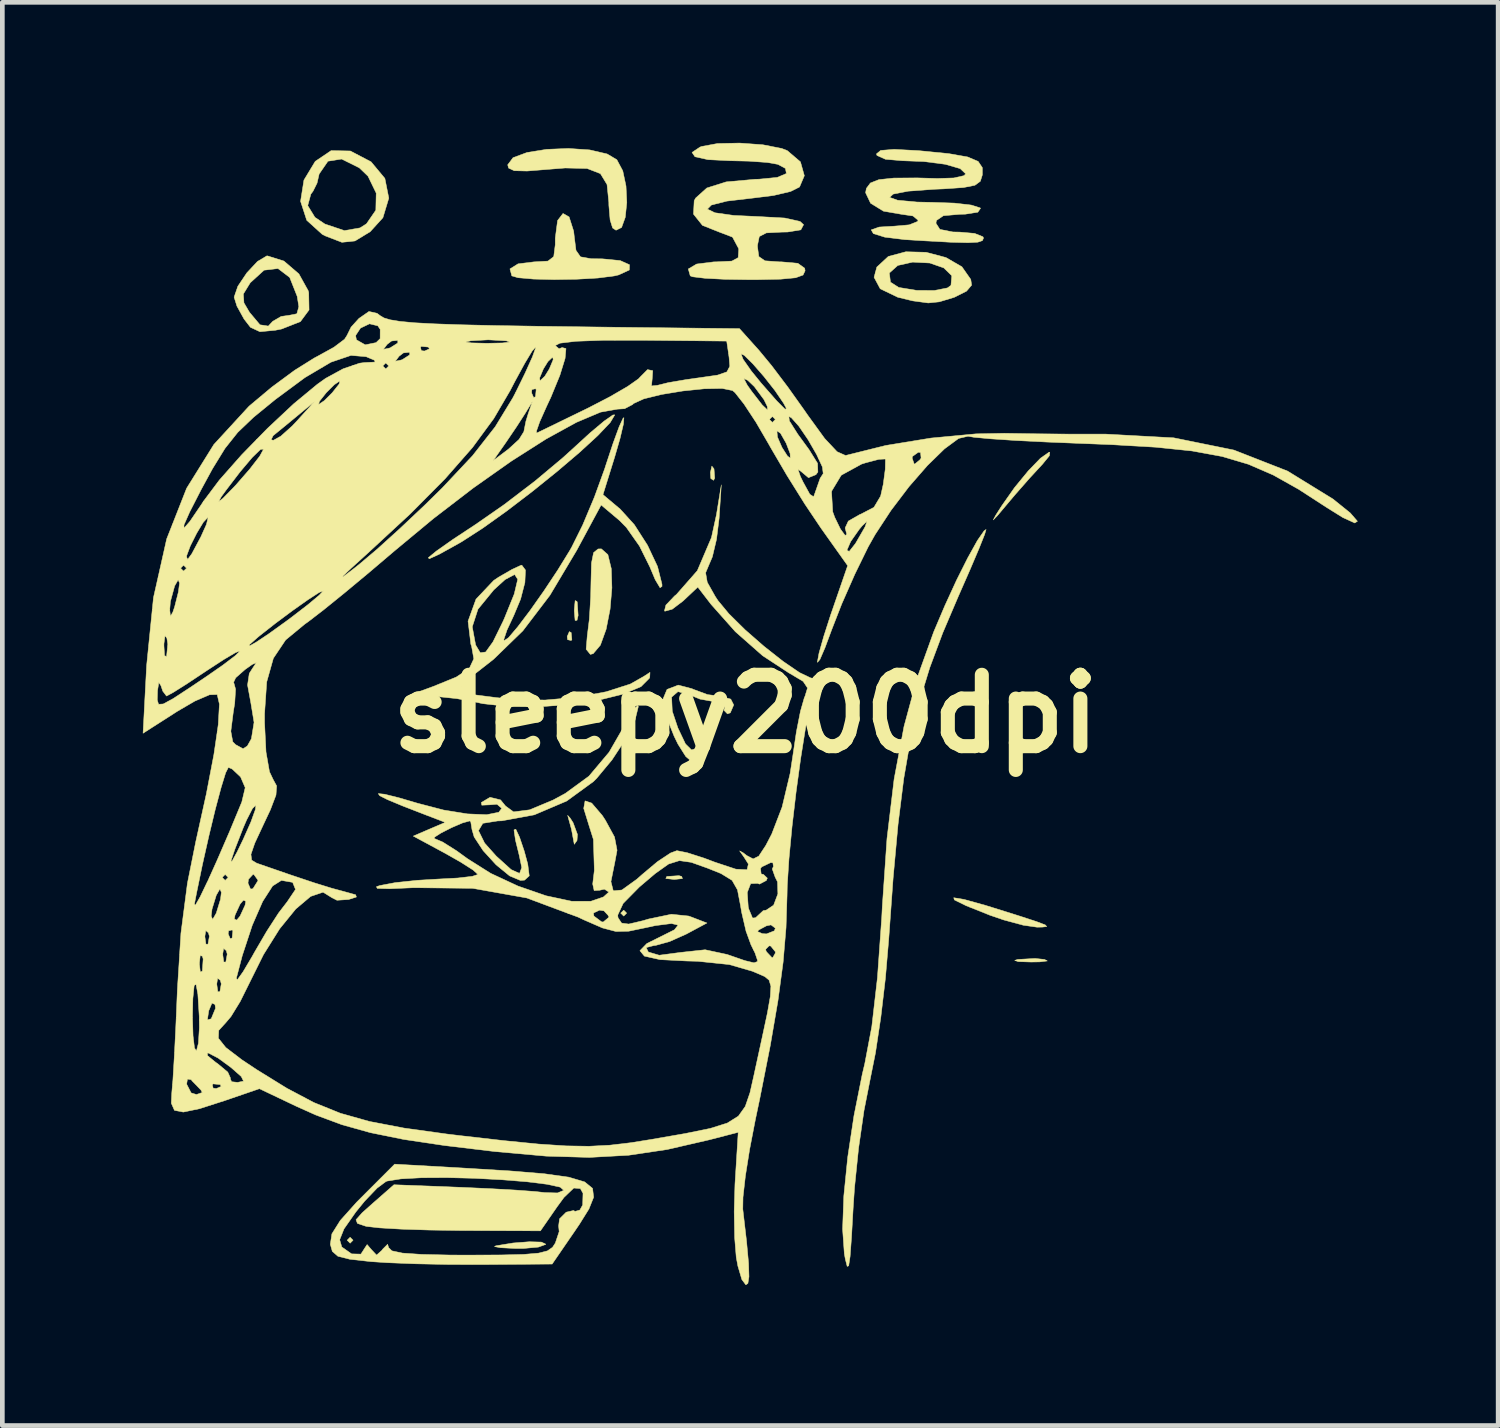
<source format=kicad_pcb>
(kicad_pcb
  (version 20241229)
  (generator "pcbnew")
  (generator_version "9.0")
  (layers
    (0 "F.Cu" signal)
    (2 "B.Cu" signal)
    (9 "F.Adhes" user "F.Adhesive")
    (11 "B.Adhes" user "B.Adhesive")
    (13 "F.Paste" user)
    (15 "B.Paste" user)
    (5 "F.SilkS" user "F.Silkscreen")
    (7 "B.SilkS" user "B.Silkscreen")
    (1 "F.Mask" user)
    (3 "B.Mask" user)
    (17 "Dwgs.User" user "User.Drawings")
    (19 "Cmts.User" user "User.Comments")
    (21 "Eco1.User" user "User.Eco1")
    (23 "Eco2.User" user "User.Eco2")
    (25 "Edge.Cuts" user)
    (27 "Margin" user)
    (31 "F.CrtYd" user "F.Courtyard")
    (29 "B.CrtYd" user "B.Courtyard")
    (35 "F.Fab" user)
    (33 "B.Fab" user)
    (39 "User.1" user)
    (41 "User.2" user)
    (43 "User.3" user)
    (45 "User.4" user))
  (footprint "sleepy200dpi"
    (layer "F.Cu")
    (at 12.871 12.193)
    (property "Reference" "sleepy200dpi" (at 0 0 0) (layer "F.SilkS") (effects (font (size 1.524 1.524) (thickness 0.3))))
    (attr through_hole)
    (fp_poly (pts (xy -8.382 11.239) (xy -8.445 11.303) (xy -8.509 11.239) (xy -8.445 11.176) (xy -8.382 11.239)) (stroke (width 0.01) (type solid)) (fill yes) (layer "F.SilkS"))
    (fp_poly (pts (xy -2.54 4.255) (xy -2.603 4.318) (xy -2.667 4.255) (xy -2.603 4.191) (xy -2.54 4.255)) (stroke (width 0.01) (type solid)) (fill yes) (layer "F.SilkS"))
    (fp_poly (pts (xy -0.635 0.064) (xy -0.699 0.127) (xy -0.762 0.064) (xy -0.699 0) (xy -0.635 0.064)) (stroke (width 0.01) (type solid)) (fill yes) (layer "F.SilkS"))
    (fp_poly (pts (xy -3.725 -1.736) (xy -3.71 -1.585) (xy -3.725 -1.566) (xy -3.801 -1.584) (xy -3.81 -1.651) (xy -3.764 -1.756) (xy -3.725 -1.736)) (stroke (width 0.01) (type solid)) (fill yes) (layer "F.SilkS"))
    (fp_poly (pts (xy -1.365 3.472) (xy -1.349 3.518) (xy -1.524 3.536) (xy -1.704 3.516) (xy -1.683 3.472) (xy -1.423 3.455) (xy -1.365 3.472)) (stroke (width 0.01) (type solid)) (fill yes) (layer "F.SilkS"))
    (fp_poly (pts (xy -0.675 -5.231) (xy -0.66 -5.032) (xy -0.685 -4.987) (xy -0.743 -5.025) (xy -0.752 -5.154) (xy -0.721 -5.29) (xy -0.675 -5.231)) (stroke (width 0.01) (type solid)) (fill yes) (layer "F.SilkS"))
    (fp_poly (pts (xy -3.601 -2.401) (xy -3.595 -2.379) (xy -3.576 -2.102) (xy -3.6 -1.998) (xy -3.641 -1.994) (xy -3.658 -2.192) (xy -3.658 -2.223) (xy -3.64 -2.419) (xy -3.601 -2.401)) (stroke (width 0.01) (type solid)) (fill yes) (layer "F.SilkS"))
    (fp_poly (pts (xy 6.382 5.244) (xy 6.442 5.276) (xy 6.282 5.296) (xy 6.096 5.299) (xy 5.821 5.29) (xy 5.746 5.264) (xy 5.81 5.244) (xy 6.18 5.223) (xy 6.382 5.244)) (stroke (width 0.01) (type solid)) (fill yes) (layer "F.SilkS"))
    (fp_poly (pts (xy -3.747 2.225) (xy -3.684 2.323) (xy -3.591 2.574) (xy -3.6 2.704) (xy -3.658 2.785) (xy -3.673 2.709) (xy -3.718 2.466) (xy -3.756 2.328) (xy -3.8 2.167) (xy -3.747 2.225)) (stroke (width 0.01) (type solid)) (fill yes) (layer "F.SilkS"))
    (fp_poly (pts (xy -4.361 11.279) (xy -4.268 11.323) (xy -4.271 11.33) (xy -4.424 11.386) (xy -4.741 11.415) (xy -4.929 11.415) (xy -5.234 11.399) (xy -5.362 11.375) (xy -5.334 11.359) (xy -4.97 11.299) (xy -4.62 11.272) (xy -4.361 11.279)) (stroke (width 0.01) (type solid)) (fill yes) (layer "F.SilkS"))
    (fp_poly (pts (xy 4.667 3.963) (xy 5.124 4.09) (xy 5.285 4.14) (xy 5.859 4.32) (xy 6.221 4.439) (xy 6.401 4.508) (xy 6.429 4.542) (xy 6.336 4.553) (xy 6.223 4.555) (xy 5.929 4.513) (xy 5.511 4.4) (xy 5.207 4.296) (xy 4.712 4.098) (xy 4.458 3.973) (xy 4.444 3.926) (xy 4.667 3.963)) (stroke (width 0.01) (type solid)) (fill yes) (layer "F.SilkS"))
    (fp_poly (pts (xy 6.486 -5.511) (xy 6.334 -5.325) (xy 6.312 -5.302) (xy 6.062 -5.031) (xy 5.749 -4.674) (xy 5.609 -4.508) (xy 5.374 -4.229) (xy 5.288 -4.141) (xy 5.338 -4.237) (xy 5.471 -4.445) (xy 5.743 -4.832) (xy 6.036 -5.189) (xy 6.297 -5.459) (xy 6.476 -5.585) (xy 6.495 -5.588) (xy 6.486 -5.511)) (stroke (width 0.01) (type solid)) (fill yes) (layer "F.SilkS"))
    (fp_poly (pts (xy -2.941 -3.4) (xy -2.868 -3.1) (xy -2.855 -2.69) (xy -2.894 -2.236) (xy -2.978 -1.807) (xy -3.101 -1.467) (xy -3.255 -1.285) (xy -3.315 -1.27) (xy -3.405 -1.38) (xy -3.381 -1.667) (xy -3.337 -2.021) (xy -3.308 -2.498) (xy -3.302 -2.802) (xy -3.291 -3.222) (xy -3.246 -3.443) (xy -3.15 -3.521) (xy -3.08 -3.523) (xy -2.941 -3.4)) (stroke (width 0.01) (type solid)) (fill yes) (layer "F.SilkS"))
    (fp_poly (pts (xy -2.891 -6.221) (xy -3.155 -5.943) (xy -3.548 -5.582) (xy -4.03 -5.172) (xy -4.561 -4.744) (xy -5.102 -4.331) (xy -5.614 -3.965) (xy -6.057 -3.679) (xy -6.119 -3.643) (xy -6.539 -3.41) (xy -6.756 -3.311) (xy -6.775 -3.335) (xy -6.603 -3.476) (xy -6.248 -3.726) (xy -5.766 -4.044) (xy -5.153 -4.47) (xy -4.496 -4.972) (xy -3.905 -5.467) (xy -3.706 -5.647) (xy -3.324 -5.997) (xy -3.02 -6.252) (xy -2.834 -6.382) (xy -2.794 -6.384) (xy -2.891 -6.221)) (stroke (width 0.01) (type solid)) (fill yes) (layer "F.SilkS"))
    (fp_poly (pts (xy -3.329 -12.042) (xy -2.958 -11.956) (xy -2.75 -11.833) (xy -2.623 -11.595) (xy -2.554 -11.27) (xy -2.537 -10.919) (xy -2.57 -10.603) (xy -2.648 -10.386) (xy -2.767 -10.327) (xy -2.84 -10.375) (xy -2.893 -10.545) (xy -2.92 -10.859) (xy -2.921 -10.928) (xy -2.959 -11.303) (xy -3.1 -11.535) (xy -3.384 -11.645) (xy -3.852 -11.656) (xy -4.192 -11.629) (xy -4.667 -11.591) (xy -4.941 -11.598) (xy -5.061 -11.654) (xy -5.08 -11.724) (xy -4.966 -11.876) (xy -4.667 -11.987) (xy -4.25 -12.054) (xy -3.782 -12.073) (xy -3.329 -12.042)) (stroke (width 0.01) (type solid)) (fill yes) (layer "F.SilkS"))
    (fp_poly (pts (xy -3.769 -10.611) (xy -3.672 -10.307) (xy -3.659 -10.192) (xy -3.622 -9.897) (xy -3.526 -9.759) (xy -3.296 -9.718) (xy -3.06 -9.716) (xy -2.678 -9.679) (xy -2.479 -9.59) (xy -2.483 -9.478) (xy -2.711 -9.373) (xy -2.805 -9.351) (xy -3.15 -9.307) (xy -3.602 -9.281) (xy -4.086 -9.273) (xy -4.53 -9.284) (xy -4.858 -9.313) (xy -4.992 -9.352) (xy -5.032 -9.501) (xy -4.859 -9.609) (xy -4.513 -9.652) (xy -4.501 -9.652) (xy -4.221 -9.668) (xy -4.097 -9.764) (xy -4.065 -10.014) (xy -4.064 -10.16) (xy -4.015 -10.534) (xy -3.899 -10.685) (xy -3.769 -10.611)) (stroke (width 0.01) (type solid)) (fill yes) (layer "F.SilkS"))
    (fp_poly (pts (xy 3.854 -9.856) (xy 4.277 -9.744) (xy 4.618 -9.547) (xy 4.808 -9.276) (xy 4.826 -9.154) (xy 4.717 -9.026) (xy 4.454 -8.894) (xy 4.135 -8.798) (xy 3.899 -8.774) (xy 3.567 -8.819) (xy 3.249 -8.896) (xy 2.874 -9.077) (xy 2.743 -9.322) (xy 2.768 -9.414) (xy 3.069 -9.414) (xy 3.093 -9.218) (xy 3.27 -9.105) (xy 3.656 -9.042) (xy 4.034 -9.041) (xy 4.31 -9.095) (xy 4.385 -9.15) (xy 4.403 -9.355) (xy 4.231 -9.523) (xy 3.931 -9.627) (xy 3.567 -9.646) (xy 3.249 -9.575) (xy 3.069 -9.414) (xy 2.768 -9.414) (xy 2.802 -9.54) (xy 3.047 -9.767) (xy 3.421 -9.867) (xy 3.854 -9.856)) (stroke (width 0.01) (type solid)) (fill yes) (layer "F.SilkS"))
    (fp_poly (pts (xy -8.44 -12.019) (xy -7.998 -11.788) (xy -7.703 -11.434) (xy -7.619 -11.012) (xy -7.745 -10.594) (xy -8.016 -10.296) (xy -8.341 -10.098) (xy -8.62 -10.069) (xy -8.969 -10.203) (xy -9.041 -10.24) (xy -9.371 -10.539) (xy -9.473 -10.853) (xy -9.35 -10.853) (xy -9.196 -10.602) (xy -8.983 -10.459) (xy -8.567 -10.319) (xy -8.233 -10.377) (xy -8.096 -10.464) (xy -7.896 -10.755) (xy -7.888 -11.12) (xy -8.063 -11.481) (xy -8.248 -11.659) (xy -8.626 -11.847) (xy -8.918 -11.801) (xy -9.106 -11.528) (xy -9.151 -11.333) (xy -9.237 -11.16) (xy -9.284 -11.097) (xy -9.35 -10.853) (xy -9.473 -10.853) (xy -9.503 -10.944) (xy -9.431 -11.398) (xy -9.19 -11.797) (xy -8.85 -12.027) (xy -8.44 -12.019)) (stroke (width 0.01) (type solid)) (fill yes) (layer "F.SilkS"))
    (fp_poly (pts (xy -9.859 -9.669) (xy -9.539 -9.395) (xy -9.34 -9.036) (xy -9.329 -8.994) (xy -9.322 -8.625) (xy -9.506 -8.376) (xy -9.908 -8.218) (xy -10.043 -8.191) (xy -10.371 -8.16) (xy -10.572 -8.253) (xy -10.71 -8.431) (xy -10.862 -8.707) (xy -10.922 -8.898) (xy -10.899 -8.965) (xy -10.725 -8.965) (xy -10.712 -8.776) (xy -10.594 -8.575) (xy -10.37 -8.308) (xy -10.192 -8.28) (xy -10.097 -8.382) (xy -9.918 -8.486) (xy -9.756 -8.509) (xy -9.582 -8.543) (xy -9.54 -8.694) (xy -9.575 -8.915) (xy -9.735 -9.319) (xy -9.985 -9.509) (xy -10.282 -9.474) (xy -10.577 -9.206) (xy -10.725 -8.965) (xy -10.899 -8.965) (xy -10.842 -9.131) (xy -10.651 -9.416) (xy -10.422 -9.661) (xy -10.226 -9.778) (xy -10.21 -9.779) (xy -9.859 -9.669)) (stroke (width 0.01) (type solid)) (fill yes) (layer "F.SilkS"))
    (fp_poly (pts (xy -1.141 -0.536) (xy -1.128 -0.528) (xy -0.812 -0.411) (xy -0.573 -0.381) (xy -0.317 -0.315) (xy -0.254 -0.191) (xy -0.327 -0.022) (xy -0.388 0) (xy -0.464 -0.078) (xy -0.445 -0.127) (xy -0.484 -0.226) (xy -0.636 -0.254) (xy -0.973 -0.315) (xy -1.165 -0.393) (xy -1.444 -0.475) (xy -1.58 -0.358) (xy -1.566 -0.056) (xy -1.447 0.299) (xy -1.284 0.642) (xy -1.154 0.77) (xy -1.05 0.737) (xy -0.899 0.499) (xy -0.879 0.397) (xy -0.845 0.289) (xy -0.807 0.342) (xy -0.814 0.565) (xy -0.928 0.823) (xy -1.089 0.997) (xy -1.154 1.016) (xy -1.278 0.91) (xy -1.446 0.643) (xy -1.527 0.476) (xy -1.677 0.101) (xy -1.765 -0.208) (xy -1.775 -0.29) (xy -1.678 -0.522) (xy -1.438 -0.614) (xy -1.141 -0.536)) (stroke (width 0.01) (type solid)) (fill yes) (layer "F.SilkS"))
    (fp_poly (pts (xy 5.103 -3.829) (xy 4.985 -3.533) (xy 4.799 -3.095) (xy 4.564 -2.559) (xy 4.549 -2.526) (xy 4.21 -1.731) (xy 3.932 -0.987) (xy 3.707 -0.249) (xy 3.525 0.525) (xy 3.377 1.38) (xy 3.255 2.359) (xy 3.15 3.505) (xy 3.055 4.826) (xy 2.985 5.646) (xy 2.887 6.48) (xy 2.773 7.238) (xy 2.658 7.811) (xy 2.528 8.47) (xy 2.412 9.274) (xy 2.326 10.113) (xy 2.297 10.541) (xy 2.261 11.18) (xy 2.231 11.587) (xy 2.201 11.786) (xy 2.169 11.798) (xy 2.13 11.647) (xy 2.108 11.526) (xy 2.071 11.002) (xy 2.097 10.295) (xy 2.18 9.468) (xy 2.314 8.58) (xy 2.491 7.695) (xy 2.545 7.467) (xy 2.695 6.675) (xy 2.815 5.633) (xy 2.907 4.346) (xy 2.918 4.128) (xy 3.019 2.662) (xy 3.171 1.393) (xy 3.383 0.266) (xy 3.665 -0.774) (xy 4.016 -1.749) (xy 4.253 -2.307) (xy 4.503 -2.852) (xy 4.744 -3.332) (xy 4.949 -3.701) (xy 5.093 -3.909) (xy 5.135 -3.937) (xy 5.103 -3.829)) (stroke (width 0.01) (type solid)) (fill yes) (layer "F.SilkS"))
    (fp_poly (pts (xy 3.68 -12.027) (xy 3.728 -12.023) (xy 4.341 -11.962) (xy 4.74 -11.892) (xy 4.965 -11.797) (xy 5.055 -11.663) (xy 5.055 -11.509) (xy 5.012 -11.372) (xy 4.896 -11.287) (xy 4.653 -11.239) (xy 4.228 -11.21) (xy 4.032 -11.202) (xy 3.472 -11.161) (xy 3.152 -11.099) (xy 3.075 -11.029) (xy 3.243 -10.968) (xy 3.657 -10.929) (xy 3.993 -10.922) (xy 4.46 -10.906) (xy 4.821 -10.864) (xy 5.008 -10.804) (xy 5.016 -10.795) (xy 4.959 -10.712) (xy 4.691 -10.67) (xy 4.579 -10.668) (xy 4.223 -10.637) (xy 4.075 -10.536) (xy 4.064 -10.477) (xy 4.148 -10.345) (xy 4.426 -10.29) (xy 4.572 -10.287) (xy 4.89 -10.259) (xy 5.067 -10.188) (xy 5.08 -10.16) (xy 5.056 -10.105) (xy 4.959 -10.072) (xy 4.749 -10.061) (xy 4.388 -10.07) (xy 3.836 -10.1) (xy 3.397 -10.127) (xy 2.972 -10.179) (xy 2.728 -10.255) (xy 2.682 -10.335) (xy 2.852 -10.395) (xy 3.175 -10.414) (xy 3.493 -10.442) (xy 3.67 -10.513) (xy 3.683 -10.541) (xy 3.573 -10.632) (xy 3.326 -10.668) (xy 2.944 -10.734) (xy 2.669 -10.903) (xy 2.562 -11.128) (xy 2.579 -11.221) (xy 2.665 -11.336) (xy 2.846 -11.407) (xy 3.165 -11.441) (xy 3.666 -11.444) (xy 4.096 -11.432) (xy 4.447 -11.443) (xy 4.665 -11.493) (xy 4.699 -11.532) (xy 4.581 -11.643) (xy 4.264 -11.735) (xy 3.803 -11.794) (xy 3.35 -11.811) (xy 2.987 -11.842) (xy 2.805 -11.924) (xy 2.794 -11.957) (xy 2.884 -12.031) (xy 3.171 -12.054) (xy 3.68 -12.027)) (stroke (width 0.01) (type solid)) (fill yes) (layer "F.SilkS"))
    (fp_poly (pts (xy 0.368 -12.152) (xy 0.771 -12.073) (xy 0.888 -12.028) (xy 1.171 -11.787) (xy 1.254 -11.491) (xy 1.152 -11.251) (xy 0.961 -11.155) (xy 0.597 -11.069) (xy 0.182 -11.017) (xy -0.4 -10.949) (xy -0.731 -10.865) (xy -0.816 -10.778) (xy -0.656 -10.7) (xy -0.254 -10.643) (xy 0.271 -10.619) (xy 0.84 -10.587) (xy 1.163 -10.514) (xy 1.238 -10.446) (xy 1.179 -10.335) (xy 0.895 -10.289) (xy 0.773 -10.287) (xy 0.441 -10.27) (xy 0.292 -10.192) (xy 0.254 -10.008) (xy 0.254 -9.97) (xy 0.282 -9.765) (xy 0.413 -9.674) (xy 0.718 -9.652) (xy 0.762 -9.652) (xy 1.115 -9.621) (xy 1.261 -9.516) (xy 1.27 -9.461) (xy 1.226 -9.37) (xy 1.067 -9.312) (xy 0.749 -9.282) (xy 0.229 -9.271) (xy 0.085 -9.271) (xy -0.441 -9.279) (xy -0.865 -9.301) (xy -1.129 -9.333) (xy -1.182 -9.352) (xy -1.224 -9.5) (xy -1.046 -9.605) (xy -0.68 -9.651) (xy -0.619 -9.652) (xy -0.294 -9.668) (xy -0.158 -9.742) (xy -0.147 -9.913) (xy -0.15 -9.937) (xy -0.28 -10.18) (xy -0.558 -10.286) (xy -0.921 -10.43) (xy -1.113 -10.671) (xy -1.098 -10.957) (xy -1.067 -11.014) (xy -0.828 -11.229) (xy -0.416 -11.359) (xy 0.204 -11.415) (xy 0.286 -11.417) (xy 0.676 -11.455) (xy 0.871 -11.538) (xy 0.85 -11.647) (xy 0.688 -11.734) (xy 0.461 -11.774) (xy 0.07 -11.802) (xy -0.328 -11.811) (xy -0.802 -11.834) (xy -1.081 -11.896) (xy -1.144 -11.989) (xy -0.974 -12.102) (xy -0.942 -12.115) (xy -0.601 -12.178) (xy -0.127 -12.188) (xy 0.368 -12.152)) (stroke (width 0.01) (type solid)) (fill yes) (layer "F.SilkS"))
    (fp_poly (pts (xy -6.001 9.7) (xy -5.034 9.759) (xy -4.298 9.82) (xy -3.773 9.894) (xy -3.437 9.994) (xy -3.268 10.132) (xy -3.245 10.321) (xy -3.346 10.573) (xy -3.55 10.9) (xy -3.647 11.043) (xy -4.131 11.748) (xy -5.653 11.759) (xy -6.35 11.757) (xy -7.047 11.743) (xy -7.653 11.719) (xy -8.001 11.696) (xy -8.45 11.646) (xy -8.705 11.582) (xy -8.825 11.478) (xy -8.868 11.325) (xy -8.853 11.229) (xy -8.668 11.229) (xy -8.623 11.383) (xy -8.621 11.385) (xy -8.413 11.531) (xy -8.215 11.536) (xy -8.126 11.398) (xy -8.082 11.332) (xy -7.999 11.43) (xy -7.88 11.557) (xy -7.766 11.455) (xy -7.749 11.43) (xy -7.645 11.326) (xy -7.622 11.398) (xy -7.553 11.466) (xy -7.329 11.514) (xy -6.921 11.542) (xy -6.303 11.556) (xy -5.91 11.557) (xy -5.217 11.554) (xy -4.736 11.542) (xy -4.421 11.515) (xy -4.232 11.467) (xy -4.123 11.391) (xy -4.063 11.3) (xy -3.981 11.055) (xy -3.993 10.934) (xy -3.973 10.782) (xy -3.831 10.641) (xy -3.673 10.604) (xy -3.643 10.624) (xy -3.54 10.595) (xy -3.479 10.487) (xy -3.472 10.237) (xy -3.529 10.136) (xy -3.669 10.125) (xy -3.878 10.325) (xy -4.022 10.521) (xy -4.381 11.039) (xy -6.096 11.032) (xy -6.757 11.022) (xy -7.347 11.003) (xy -7.81 10.976) (xy -8.088 10.945) (xy -8.115 10.939) (xy -8.289 10.88) (xy -8.319 10.802) (xy -8.187 10.653) (xy -7.964 10.454) (xy -7.509 10.055) (xy -6.072 10.11) (xy -5.458 10.138) (xy -4.907 10.169) (xy -4.487 10.2) (xy -4.291 10.222) (xy -4.017 10.23) (xy -3.882 10.174) (xy -3.958 10.106) (xy -4.237 10.045) (xy -4.67 9.991) (xy -5.204 9.948) (xy -5.791 9.917) (xy -6.38 9.902) (xy -6.919 9.905) (xy -7.359 9.929) (xy -7.649 9.975) (xy -7.68 9.986) (xy -7.868 10.126) (xy -8.134 10.404) (xy -8.325 10.639) (xy -8.576 10.998) (xy -8.668 11.229) (xy -8.853 11.229) (xy -8.834 11.103) (xy -8.655 10.818) (xy -8.306 10.428) (xy -8.202 10.323) (xy -7.494 9.615) (xy -6.001 9.7)) (stroke (width 0.01) (type solid)) (fill yes) (layer "F.SilkS"))
    (fp_poly (pts (xy -2.609 -6.188) (xy -2.682 -5.878) (xy -2.798 -5.478) (xy -3.046 -4.681) (xy -2.676 -4.37) (xy -2.376 -4.039) (xy -2.095 -3.601) (xy -1.881 -3.147) (xy -1.786 -2.769) (xy -1.785 -2.722) (xy -1.827 -2.693) (xy -1.93 -2.865) (xy -2.045 -3.138) (xy -2.266 -3.583) (xy -2.545 -3.979) (xy -2.692 -4.129) (xy -3.085 -4.46) (xy -3.606 -3.493) (xy -4.178 -2.533) (xy -4.756 -1.774) (xy -5.381 -1.167) (xy -5.618 -0.981) (xy -5.918 -0.747) (xy -6.057 -0.586) (xy -6.015 -0.478) (xy -5.772 -0.405) (xy -5.308 -0.345) (xy -4.923 -0.308) (xy -4.282 -0.295) (xy -3.608 -0.354) (xy -2.977 -0.472) (xy -2.462 -0.637) (xy -2.179 -0.797) (xy -2.042 -0.886) (xy -2.047 -0.783) (xy -2.053 -0.763) (xy -2.234 -0.581) (xy -2.614 -0.422) (xy -3.14 -0.292) (xy -3.757 -0.199) (xy -4.41 -0.151) (xy -5.047 -0.154) (xy -5.612 -0.218) (xy -5.779 -0.254) (xy -6.169 -0.326) (xy -6.618 -0.373) (xy -6.668 -0.376) (xy -7.176 -0.401) (xy -6.668 -0.586) (xy -6.178 -0.786) (xy -5.901 -0.969) (xy -5.804 -1.175) (xy -5.851 -1.442) (xy -5.867 -1.488) (xy -5.912 -1.859) (xy -5.837 -1.859) (xy -5.765 -1.471) (xy -5.666 -1.305) (xy -5.55 -1.321) (xy -5.394 -1.538) (xy -5.18 -1.974) (xy -5.152 -2.036) (xy -4.94 -2.56) (xy -4.866 -2.873) (xy -4.932 -2.976) (xy -5.135 -2.868) (xy -5.377 -2.648) (xy -5.715 -2.235) (xy -5.837 -1.859) (xy -5.912 -1.859) (xy -5.927 -1.978) (xy -5.757 -2.449) (xy -5.379 -2.848) (xy -5.272 -2.92) (xy -4.986 -3.085) (xy -4.799 -3.171) (xy -4.779 -3.175) (xy -4.701 -3.071) (xy -4.713 -2.805) (xy -4.805 -2.449) (xy -4.951 -2.099) (xy -5.095 -1.791) (xy -5.162 -1.592) (xy -5.159 -1.561) (xy -5.063 -1.626) (xy -4.866 -1.858) (xy -4.601 -2.208) (xy -4.305 -2.628) (xy -4.011 -3.071) (xy -3.755 -3.487) (xy -3.714 -3.559) (xy -3.48 -4.03) (xy -3.229 -4.628) (xy -3.009 -5.234) (xy -2.982 -5.318) (xy -2.828 -5.783) (xy -2.7 -6.132) (xy -2.617 -6.312) (xy -2.599 -6.325) (xy -2.609 -6.188)) (stroke (width 0.01) (type solid)) (fill yes) (layer "F.SilkS"))
    (fp_poly (pts (xy -7.87 -8.553) (xy -7.804 -8.503) (xy -7.721 -8.454) (xy -7.587 -8.414) (xy -7.378 -8.38) (xy -7.07 -8.351) (xy -6.641 -8.328) (xy -6.066 -8.308) (xy -5.324 -8.291) (xy -4.389 -8.276) (xy -3.24 -8.261) (xy -2.32 -8.25) (xy -0.131 -8.226) (xy 0.284 -7.764) (xy 0.555 -7.436) (xy 0.899 -6.981) (xy 1.251 -6.487) (xy 1.325 -6.38) (xy 1.688 -5.88) (xy 1.954 -5.597) (xy 2.134 -5.517) (xy 2.15 -5.521) (xy 2.993 -5.731) (xy 3.959 -5.889) (xy 4.92 -5.979) (xy 5.524 -5.991) (xy 6.212 -5.98) (xy 6.964 -5.973) (xy 7.631 -5.973) (xy 7.697 -5.973) (xy 9.142 -5.894) (xy 10.426 -5.633) (xy 11.573 -5.184) (xy 12.541 -4.588) (xy 12.912 -4.289) (xy 13.064 -4.113) (xy 13.007 -4.076) (xy 12.753 -4.192) (xy 12.414 -4.403) (xy 11.809 -4.795) (xy 11.266 -5.1) (xy 10.738 -5.329) (xy 10.175 -5.496) (xy 9.531 -5.614) (xy 8.757 -5.694) (xy 7.806 -5.749) (xy 7.142 -5.775) (xy 6.409 -5.805) (xy 5.757 -5.838) (xy 5.231 -5.873) (xy 4.876 -5.906) (xy 4.749 -5.928) (xy 4.548 -5.881) (xy 4.247 -5.659) (xy 3.882 -5.303) (xy 3.489 -4.852) (xy 3.105 -4.346) (xy 2.764 -3.826) (xy 2.617 -3.565) (xy 2.333 -2.984) (xy 2.052 -2.346) (xy 1.84 -1.802) (xy 1.695 -1.412) (xy 1.587 -1.162) (xy 1.535 -1.1) (xy 1.533 -1.11) (xy 1.568 -1.299) (xy 1.669 -1.656) (xy 1.816 -2.113) (xy 1.852 -2.216) (xy 2.179 -3.165) (xy 1.946 -3.493) (xy 2.164 -3.493) (xy 2.213 -3.469) (xy 2.346 -3.638) (xy 2.533 -3.962) (xy 2.553 -4) (xy 2.593 -4.113) (xy 2.49 -4.016) (xy 2.424 -3.937) (xy 2.243 -3.679) (xy 2.164 -3.496) (xy 2.164 -3.493) (xy 1.946 -3.493) (xy 1.611 -3.964) (xy 1.268 -4.475) (xy 0.883 -5.091) (xy 0.533 -5.689) (xy 0.49 -5.766) (xy 0.328 -6.044) (xy 0.668 -6.044) (xy 0.68 -5.911) (xy 0.776 -5.69) (xy 0.894 -5.505) (xy 0.954 -5.461) (xy 0.95 -5.56) (xy 0.866 -5.779) (xy 0.745 -5.992) (xy 0.668 -6.044) (xy 0.328 -6.044) (xy 0.219 -6.231) (xy 0.182 -6.287) (xy 0.508 -6.287) (xy 0.572 -6.223) (xy 0.635 -6.287) (xy 0.572 -6.35) (xy 0.923 -6.35) (xy 0.935 -6.255) (xy 1.114 -5.972) (xy 1.354 -5.643) (xy 1.536 -5.35) (xy 1.543 -5.164) (xy 1.501 -5.107) (xy 1.342 -5.043) (xy 1.179 -5.18) (xy 1.118 -5.222) (xy 1.169 -5.071) (xy 1.226 -4.953) (xy 1.371 -4.689) (xy 1.452 -4.636) (xy 1.494 -4.751) (xy 1.834 -4.751) (xy 1.86 -4.315) (xy 1.903 -4.197) (xy 2.025 -3.946) (xy 2.124 -3.811) (xy 2.161 -3.83) (xy 2.125 -3.969) (xy 2.193 -4.116) (xy 2.439 -4.257) (xy 2.464 -4.266) (xy 2.74 -4.41) (xy 2.883 -4.65) (xy 2.939 -4.901) (xy 2.982 -5.225) (xy 2.986 -5.422) (xy 2.98 -5.442) (xy 2.845 -5.435) (xy 2.563 -5.361) (xy 2.477 -5.334) (xy 2.042 -5.096) (xy 1.834 -4.751) (xy 1.494 -4.751) (xy 1.498 -4.763) (xy 1.591 -5.029) (xy 1.657 -5.131) (xy 1.639 -5.273) (xy 1.552 -5.461) (xy 3.556 -5.461) (xy 3.599 -5.337) (xy 3.612 -5.334) (xy 3.72 -5.423) (xy 3.747 -5.461) (xy 3.736 -5.578) (xy 3.69 -5.588) (xy 3.561 -5.496) (xy 3.556 -5.461) (xy 1.552 -5.461) (xy 1.515 -5.54) (xy 1.333 -5.856) (xy 1.137 -6.143) (xy 0.976 -6.324) (xy 0.923 -6.35) (xy 0.572 -6.35) (xy 0.508 -6.287) (xy 0.182 -6.287) (xy -0.034 -6.615) (xy -0.226 -6.859) (xy -0.279 -6.904) (xy -0.501 -6.949) (xy -0.881 -6.942) (xy -1.338 -6.895) (xy -1.795 -6.82) (xy -2.173 -6.727) (xy -2.393 -6.627) (xy -2.412 -6.606) (xy -2.584 -6.516) (xy -2.734 -6.507) (xy -3.096 -6.443) (xy -3.614 -6.224) (xy -4.26 -5.869) (xy -5.003 -5.396) (xy -5.814 -4.824) (xy -6.665 -4.171) (xy -7.495 -3.482) (xy -8.047 -3.013) (xy -8.57 -2.578) (xy -9.015 -2.218) (xy -9.336 -1.971) (xy -9.416 -1.914) (xy -9.822 -1.578) (xy -10.084 -1.187) (xy -10.226 -0.682) (xy -10.272 -0.004) (xy -10.272 0.191) (xy -10.241 0.814) (xy -10.167 1.236) (xy -10.09 1.399) (xy -10.014 1.539) (xy -10.028 1.734) (xy -10.147 2.047) (xy -10.29 2.351) (xy -10.481 2.761) (xy -10.563 3) (xy -10.547 3.124) (xy -10.442 3.187) (xy -10.441 3.188) (xy -9.73 3.434) (xy -9.21 3.608) (xy -8.835 3.724) (xy -8.572 3.795) (xy -8.327 3.863) (xy -8.311 3.911) (xy -8.477 3.964) (xy -8.726 3.98) (xy -8.834 3.925) (xy -9.022 3.808) (xy -9.288 3.898) (xy -9.606 4.167) (xy -9.95 4.59) (xy -10.295 5.141) (xy -10.592 5.739) (xy -10.792 6.142) (xy -10.989 6.463) (xy -11.099 6.593) (xy -11.251 6.76) (xy -11.258 6.926) (xy -11.1 7.124) (xy -10.754 7.388) (xy -10.438 7.598) (xy -9.795 7.995) (xy -9.22 8.299) (xy -8.651 8.529) (xy -8.029 8.704) (xy -7.291 8.845) (xy -6.377 8.972) (xy -6.096 9.006) (xy -5.159 9.113) (xy -4.422 9.186) (xy -3.834 9.225) (xy -3.343 9.233) (xy -2.899 9.21) (xy -2.449 9.157) (xy -2.032 9.09) (xy -1.289 8.961) (xy -0.755 8.852) (xy -0.39 8.737) (xy -0.154 8.589) (xy -0.007 8.382) (xy 0.093 8.091) (xy 0.184 7.688) (xy 0.193 7.645) (xy 0.353 6.911) (xy 0.465 6.388) (xy 0.527 6.036) (xy 0.54 5.815) (xy 0.501 5.686) (xy 0.41 5.61) (xy 0.266 5.547) (xy 0.146 5.496) (xy -0.348 5.353) (xy -1.024 5.283) (xy -1.259 5.277) (xy -1.827 5.248) (xy -2.161 5.173) (xy -2.257 5.057) (xy -2.109 4.904) (xy -1.831 4.766) (xy -1.519 4.61) (xy -1.442 4.51) (xy -1.583 4.477) (xy -1.926 4.521) (xy -2.144 4.568) (xy -2.496 4.641) (xy -2.769 4.647) (xy -3.057 4.571) (xy -3.454 4.398) (xy -3.579 4.339) (xy -3.812 4.253) (xy -3.25 4.253) (xy -3.239 4.318) (xy -3.076 4.44) (xy -3.041 4.445) (xy -2.924 4.348) (xy -2.921 4.318) (xy -2.938 4.3) (xy -2.732 4.3) (xy -2.723 4.355) (xy -2.648 4.468) (xy -2.496 4.488) (xy -2.198 4.418) (xy -2.072 4.381) (xy -1.585 4.279) (xy -1.216 4.317) (xy -1.161 4.337) (xy -0.826 4.466) (xy -1.27 4.704) (xy -1.622 4.861) (xy -1.921 4.944) (xy -1.962 4.948) (xy -2.123 4.99) (xy -2.078 5.085) (xy -1.845 5.154) (xy -1.405 5.096) (xy -1.399 5.095) (xy -0.864 5.037) (xy -0.394 5.138) (xy -0.016 5.269) (xy 0.18 5.316) (xy 0.25 5.29) (xy 0.254 5.262) (xy 0.201 5.106) (xy 0.164 5.031) (xy 0.425 5.031) (xy 0.445 5.08) (xy 0.559 5.201) (xy 0.579 5.207) (xy 0.634 5.109) (xy 0.635 5.08) (xy 0.537 4.958) (xy 0.501 4.953) (xy 0.425 5.031) (xy 0.164 5.031) (xy 0.114 4.929) (xy 0.012 4.649) (xy 0.254 4.649) (xy 0.358 4.693) (xy 0.445 4.699) (xy 0.614 4.633) (xy 0.635 4.576) (xy 0.542 4.506) (xy 0.445 4.526) (xy 0.277 4.616) (xy 0.254 4.649) (xy 0.012 4.649) (xy 0.009 4.641) (xy -0.085 4.237) (xy -0.108 4.099) (xy -0.163 3.814) (xy 0.035 3.814) (xy 0.056 4.119) (xy 0.067 4.166) (xy 0.148 4.36) (xy 0.216 4.353) (xy 0.217 4.35) (xy 0.376 4.202) (xy 0.44 4.191) (xy 0.598 4.085) (xy 0.689 3.844) (xy 0.681 3.586) (xy 0.631 3.487) (xy 0.569 3.312) (xy 0.594 3.259) (xy 0.582 3.181) (xy 0.537 3.175) (xy 0.343 3.268) (xy 0.318 3.302) (xy 0.332 3.419) (xy 0.381 3.429) (xy 0.463 3.507) (xy 0.443 3.558) (xy 0.297 3.635) (xy 0.254 3.619) (xy 0.108 3.625) (xy 0.035 3.814) (xy -0.163 3.814) (xy -0.173 3.759) (xy -0.289 3.555) (xy -0.525 3.41) (xy -0.814 3.294) (xy -1.162 3.17) (xy -1.414 3.134) (xy -1.644 3.206) (xy -1.926 3.406) (xy -2.269 3.697) (xy -2.615 4.048) (xy -2.732 4.3) (xy -2.938 4.3) (xy -3.024 4.207) (xy -3.119 4.191) (xy -3.25 4.253) (xy -3.812 4.253) (xy -4.673 3.931) (xy -5.829 3.725) (xy -7.086 3.712) (xy -7.599 3.734) (xy -7.865 3.727) (xy -7.883 3.691) (xy -7.811 3.666) (xy -7.483 3.604) (xy -7.011 3.554) (xy -6.572 3.528) (xy -6.143 3.505) (xy -5.835 3.469) (xy -5.715 3.429) (xy -5.715 3.429) (xy -5.818 3.335) (xy -6.085 3.165) (xy -6.405 2.983) (xy -7.096 2.61) (xy -6.755 2.463) (xy -6.413 2.317) (xy -6.795 2.171) (xy -7.324 1.966) (xy -7.65 1.83) (xy -7.811 1.749) (xy -7.843 1.705) (xy -7.841 1.703) (xy -7.708 1.716) (xy -7.402 1.792) (xy -7 1.91) (xy -6.447 2.054) (xy -5.939 2.136) (xy -5.529 2.153) (xy -5.27 2.101) (xy -5.207 2.017) (xy -5.308 1.93) (xy -5.461 1.942) (xy -5.633 1.95) (xy -5.644 1.893) (xy -5.457 1.782) (xy -5.233 1.837) (xy -5.126 1.968) (xy -4.955 2.093) (xy -4.611 2.049) (xy -4.111 1.84) (xy -3.85 1.699) (xy -3.345 1.33) (xy -2.915 0.819) (xy -2.529 0.148) (xy -2.387 -0.1) (xy -2.302 -0.181) (xy -2.291 -0.154) (xy -2.364 0.143) (xy -2.567 0.548) (xy -2.854 0.984) (xy -3.18 1.376) (xy -3.249 1.445) (xy -3.82 1.861) (xy -4.512 2.156) (xy -5.208 2.284) (xy -5.293 2.286) (xy -5.611 2.337) (xy -5.704 2.493) (xy -5.573 2.759) (xy -5.324 3.038) (xy -5.006 3.326) (xy -4.827 3.407) (xy -4.78 3.282) (xy -4.835 3.017) (xy -4.914 2.698) (xy -4.945 2.485) (xy -4.945 2.477) (xy -4.907 2.463) (xy -4.827 2.634) (xy -4.727 2.93) (xy -4.652 3.207) (xy -4.62 3.459) (xy -4.72 3.55) (xy -4.81 3.556) (xy -5.039 3.46) (xy -5.328 3.223) (xy -5.604 2.921) (xy -5.796 2.629) (xy -5.842 2.472) (xy -5.869 2.305) (xy -5.891 2.286) (xy -6.045 2.329) (xy -6.278 2.429) (xy -6.507 2.546) (xy -6.647 2.636) (xy -6.645 2.662) (xy -6.468 2.737) (xy -6.17 2.925) (xy -5.937 3.094) (xy -5.444 3.405) (xy -4.86 3.677) (xy -4.259 3.885) (xy -3.716 4.001) (xy -3.307 4.002) (xy -3.302 4.001) (xy -3.036 3.91) (xy -2.921 3.806) (xy -2.921 3.804) (xy -3.015 3.743) (xy -3.115 3.766) (xy -3.234 3.773) (xy -3.265 3.633) (xy -3.23 3.342) (xy -3.25 2.682) (xy -3.346 2.377) (xy -3.457 2.018) (xy -3.428 1.858) (xy -3.287 1.905) (xy -3.061 2.169) (xy -2.995 2.27) (xy -2.799 2.63) (xy -2.745 2.912) (xy -2.793 3.171) (xy -2.876 3.582) (xy -2.826 3.779) (xy -2.642 3.761) (xy -2.32 3.529) (xy -2.211 3.432) (xy -1.882 3.156) (xy -1.603 2.971) (xy -1.468 2.921) (xy -1.247 2.965) (xy -0.891 3.079) (xy -0.654 3.168) (xy -0.208 3.316) (xy 0.031 3.329) (xy 0.059 3.206) (xy -0.033 3.06) (xy -0.128 2.926) (xy -0.05 2.968) (xy 0.025 3.026) (xy 0.161 3.097) (xy 0.281 3.038) (xy 0.432 2.808) (xy 0.558 2.566) (xy 0.779 1.991) (xy 0.951 1.27) (xy 1.007 0.903) (xy 1.084 0.386) (xy 1.171 -0.056) (xy 1.253 -0.343) (xy 1.269 -0.379) (xy 1.322 -0.553) (xy 1.228 -0.694) (xy 0.943 -0.864) (xy 0.923 -0.875) (xy 0.363 -1.242) (xy -0.22 -1.756) (xy -0.736 -2.337) (xy -0.737 -2.338) (xy -1.021 -2.707) (xy -1.335 -2.411) (xy -1.567 -2.235) (xy -1.723 -2.192) (xy -1.733 -2.199) (xy -1.702 -2.323) (xy -1.516 -2.518) (xy -1.477 -2.549) (xy -1.031 -3.057) (xy -0.729 -3.766) (xy -0.623 -4.25) (xy -0.519 -4.889) (xy -0.566 -4.175) (xy -0.621 -3.728) (xy -0.71 -3.353) (xy -0.775 -3.201) (xy -0.854 -3.013) (xy -0.819 -2.81) (xy -0.649 -2.508) (xy -0.592 -2.421) (xy -0.358 -2.138) (xy -0.012 -1.796) (xy 0.393 -1.442) (xy 0.799 -1.122) (xy 1.151 -0.881) (xy 1.393 -0.766) (xy 1.425 -0.762) (xy 1.494 -0.668) (xy 1.471 -0.553) (xy 1.381 -0.224) (xy 1.28 0.297) (xy 1.176 0.95) (xy 1.077 1.674) (xy 0.991 2.409) (xy 0.926 3.093) (xy 0.889 3.667) (xy 0.885 3.873) (xy 0.863 4.567) (xy 0.801 5.301) (xy 0.691 6.123) (xy 0.527 7.08) (xy 0.302 8.218) (xy 0.207 8.671) (xy 0.086 9.297) (xy -0.005 9.87) (xy -0.056 10.323) (xy -0.06 10.576) (xy 0.02 11.262) (xy 0.063 11.731) (xy 0.072 12.019) (xy 0.049 12.161) (xy 0.005 12.192) (xy -0.08 12.079) (xy -0.165 11.791) (xy -0.2 11.604) (xy -0.234 11.185) (xy -0.244 10.626) (xy -0.227 10.041) (xy -0.223 9.976) (xy -0.158 8.935) (xy -0.78 9.096) (xy -1.674 9.302) (xy -2.5 9.425) (xy -3.334 9.471) (xy -4.255 9.444) (xy -5.342 9.347) (xy -5.37 9.344) (xy -6.436 9.216) (xy -7.3 9.087) (xy -8.01 8.943) (xy -8.619 8.773) (xy -9.177 8.566) (xy -9.59 8.381) (xy -10.382 8.004) (xy -11.116 8.256) (xy -11.66 8.431) (xy -12.007 8.503) (xy -12.196 8.466) (xy -12.263 8.314) (xy -12.253 8.096) (xy -12.237 7.906) (xy -11.936 7.906) (xy -11.839 8.094) (xy -11.726 8.128) (xy -11.602 8.085) (xy -11.63 8.033) (xy -11.742 7.916) (xy -11.388 7.916) (xy -11.37 7.992) (xy -11.303 8.001) (xy -11.198 7.955) (xy -11.218 7.916) (xy -11.369 7.901) (xy -11.388 7.916) (xy -11.742 7.916) (xy -11.816 7.841) (xy -11.839 7.811) (xy -11.918 7.798) (xy -11.936 7.906) (xy -12.237 7.906) (xy -12.229 7.819) (xy -12.201 7.348) (xy -12.195 7.24) (xy -11.493 7.24) (xy -11.489 7.299) (xy -11.314 7.442) (xy -11.27 7.472) (xy -11.057 7.65) (xy -10.999 7.779) (xy -11.006 7.788) (xy -10.975 7.855) (xy -10.848 7.869) (xy -10.721 7.843) (xy -10.769 7.744) (xy -10.986 7.553) (xy -11.262 7.351) (xy -11.466 7.245) (xy -11.493 7.24) (xy -12.195 7.24) (xy -12.17 6.744) (xy -12.158 6.477) (xy -11.811 6.477) (xy -11.799 6.875) (xy -11.768 7.134) (xy -11.727 7.198) (xy -11.684 7.033) (xy -11.664 6.702) (xy -11.666 6.536) (xy -11.493 6.536) (xy -11.415 6.512) (xy -11.409 6.506) (xy -11.319 6.287) (xy -11.33 6.206) (xy -11.395 6.176) (xy -11.464 6.34) (xy -11.493 6.536) (xy -11.666 6.536) (xy -11.667 6.454) (xy -11.696 5.985) (xy -11.736 5.769) (xy -11.775 5.802) (xy -11.803 6.083) (xy -11.811 6.477) (xy -12.158 6.477) (xy -12.141 6.068) (xy -12.134 5.905) (xy -12.126 5.768) (xy -11.293 5.768) (xy -11.27 5.933) (xy -11.226 5.935) (xy -11.196 5.765) (xy -11.216 5.691) (xy -11.263 5.652) (xy -10.876 5.652) (xy -10.851 5.675) (xy -10.731 5.508) (xy -10.54 5.186) (xy -10.487 5.091) (xy -10.226 4.644) (xy -9.973 4.253) (xy -9.781 4.003) (xy -9.781 4.002) (xy -9.611 3.749) (xy -9.672 3.598) (xy -9.912 3.556) (xy -10.1 3.675) (xy -10.313 4.007) (xy -10.535 4.516) (xy -10.748 5.163) (xy -10.876 5.652) (xy -11.263 5.652) (xy -11.273 5.643) (xy -11.293 5.768) (xy -12.126 5.768) (xy -12.098 5.334) (xy -11.664 5.334) (xy -11.644 5.514) (xy -11.6 5.493) (xy -11.583 5.233) (xy -11.6 5.175) (xy -11.646 5.159) (xy -11.664 5.334) (xy -12.098 5.334) (xy -12.086 5.133) (xy -11.166 5.133) (xy -11.143 5.298) (xy -11.099 5.3) (xy -11.069 5.13) (xy -11.089 5.056) (xy -11.146 5.008) (xy -11.166 5.133) (xy -12.086 5.133) (xy -12.061 4.752) (xy -11.547 4.752) (xy -11.524 4.917) (xy -11.48 4.919) (xy -11.45 4.749) (xy -11.464 4.699) (xy -11.049 4.699) (xy -11.003 4.804) (xy -10.964 4.784) (xy -10.949 4.633) (xy -10.964 4.614) (xy -11.04 4.632) (xy -11.049 4.699) (xy -11.464 4.699) (xy -11.47 4.675) (xy -11.527 4.627) (xy -11.547 4.752) (xy -12.061 4.752) (xy -12.058 4.689) (xy -12.01 4.318) (xy -11.412 4.318) (xy -11.38 4.389) (xy -11.375 4.381) (xy -10.918 4.381) (xy -10.866 4.404) (xy -10.795 4.318) (xy -10.688 4.086) (xy -10.672 4) (xy -10.724 3.978) (xy -10.795 4.064) (xy -10.902 4.296) (xy -10.918 4.381) (xy -11.375 4.381) (xy -11.303 4.255) (xy -11.212 3.958) (xy -11.194 3.81) (xy -11.226 3.739) (xy -11.303 3.873) (xy -11.394 4.17) (xy -11.412 4.318) (xy -12.01 4.318) (xy -11.977 4.064) (xy -11.77 4.064) (xy -11.749 4.085) (xy -11.647 3.906) (xy -11.507 3.614) (xy -10.626 3.614) (xy -10.571 3.742) (xy -10.52 3.733) (xy -10.415 3.566) (xy -10.414 3.549) (xy -10.499 3.431) (xy -10.52 3.429) (xy -10.615 3.532) (xy -10.626 3.614) (xy -11.507 3.614) (xy -11.481 3.562) (xy -11.45 3.493) (xy -11.176 3.493) (xy -11.113 3.556) (xy -11.049 3.493) (xy -11.113 3.429) (xy -11.176 3.493) (xy -11.45 3.493) (xy -11.288 3.133) (xy -10.987 3.133) (xy -10.971 3.154) (xy -10.859 2.95) (xy -10.729 2.682) (xy -10.565 2.312) (xy -10.468 2.043) (xy -10.457 1.947) (xy -10.53 2.021) (xy -10.656 2.267) (xy -10.73 2.439) (xy -10.907 2.893) (xy -10.987 3.133) (xy -11.288 3.133) (xy -11.267 3.085) (xy -11.019 2.512) (xy -10.758 1.883) (xy -10.685 1.576) (xy -10.784 1.347) (xy -10.787 1.344) (xy -10.962 1.179) (xy -11.044 1.143) (xy -11.103 1.259) (xy -11.2 1.574) (xy -11.324 2.039) (xy -11.46 2.603) (xy -11.598 3.216) (xy -11.725 3.83) (xy -11.77 4.064) (xy -11.977 4.064) (xy -11.919 3.617) (xy -11.741 2.731) (xy -11.515 1.709) (xy -11.354 0.869) (xy -11.281 0.372) (xy -10.992 0.372) (xy -10.951 0.595) (xy -10.891 0.657) (xy -10.731 0.745) (xy -10.64 0.686) (xy -10.553 0.531) (xy -10.496 0.182) (xy -10.564 -0.231) (xy -10.635 -0.616) (xy -10.598 -0.863) (xy -10.525 -0.978) (xy -10.448 -1.094) (xy -10.537 -1.054) (xy -10.688 -0.947) (xy -10.888 -0.771) (xy -10.936 -0.667) (xy -10.928 -0.662) (xy -10.891 -0.528) (xy -10.909 -0.228) (xy -10.94 -0.035) (xy -10.992 0.372) (xy -11.281 0.372) (xy -11.26 0.224) (xy -11.236 -0.208) (xy -11.283 -0.412) (xy -11.284 -0.413) (xy -11.446 -0.408) (xy -11.76 -0.273) (xy -12.132 -0.056) (xy -12.866 0.414) (xy -12.829 -0.295) (xy -12.563 -0.295) (xy -12.535 -0.205) (xy -12.435 -0.211) (xy -12.225 -0.325) (xy -11.867 -0.559) (xy -11.525 -0.789) (xy -11.162 -1.041) (xy -10.901 -1.239) (xy -10.795 -1.341) (xy -10.795 -1.343) (xy -10.891 -1.309) (xy -11.143 -1.16) (xy -11.499 -0.928) (xy -11.55 -0.894) (xy -11.928 -0.643) (xy -12.218 -0.46) (xy -12.362 -0.382) (xy -12.366 -0.381) (xy -12.445 -0.485) (xy -12.485 -0.603) (xy -12.53 -0.67) (xy -12.557 -0.499) (xy -12.558 -0.469) (xy -12.563 -0.295) (xy -12.829 -0.295) (xy -12.79 -1.031) (xy -12.747 -1.46) (xy -12.421 -1.46) (xy -12.408 -1.244) (xy -12.368 -1.225) (xy -12.363 -1.236) (xy -12.342 -1.448) (xy -10.596 -1.448) (xy -10.448 -1.532) (xy -10.18 -1.711) (xy -9.82 -1.97) (xy -9.684 -2.071) (xy -9.344 -2.333) (xy -9.104 -2.534) (xy -9.017 -2.627) (xy -9.108 -2.591) (xy -9.344 -2.438) (xy -9.671 -2.207) (xy -10.033 -1.938) (xy -10.374 -1.67) (xy -10.414 -1.637) (xy -10.594 -1.478) (xy -10.596 -1.448) (xy -12.342 -1.448) (xy -12.338 -1.488) (xy -12.358 -1.617) (xy -12.398 -1.669) (xy -12.42 -1.5) (xy -12.421 -1.46) (xy -12.747 -1.46) (xy -12.67 -2.223) (xy -12.297 -2.223) (xy -12.282 -2.082) (xy -12.23 -2.173) (xy -12.192 -2.286) (xy -12.112 -2.602) (xy -12.087 -2.794) (xy -12.117 -2.862) (xy -12.192 -2.731) (xy -12.283 -2.397) (xy -12.297 -2.223) (xy -12.67 -2.223) (xy -12.644 -2.482) (xy -12.541 -2.938) (xy -8.603 -2.938) (xy -8.594 -2.928) (xy -8.406 -3.07) (xy -8.255 -3.189) (xy -7.872 -3.513) (xy -7.383 -3.956) (xy -6.858 -4.451) (xy -6.477 -4.825) (xy -5.93 -5.407) (xy -5.39 -5.407) (xy -5.065 -5.652) (xy -4.838 -5.86) (xy -4.736 -6.024) (xy -4.735 -6.028) (xy -4.734 -6.033) (xy -4.468 -6.033) (xy -4.461 -5.996) (xy -4.318 -6.065) (xy -4.004 -6.218) (xy -3.575 -6.427) (xy -3.365 -6.529) (xy -2.898 -6.771) (xy -2.519 -6.991) (xy -2.287 -7.154) (xy -2.248 -7.196) (xy -2.094 -7.351) (xy -1.983 -7.328) (xy -1.995 -7.153) (xy -2.01 -7.002) (xy -1.883 -7.015) (xy -1.654 -7.072) (xy -1.273 -7.137) (xy -1.095 -7.162) (xy -0.039 -7.162) (xy 0.035 -7.02) (xy 0.127 -6.89) (xy 0.354 -6.597) (xy 0.471 -6.486) (xy 0.462 -6.567) (xy 0.392 -6.71) (xy 0.187 -6.987) (xy 0.046 -7.122) (xy -0.039 -7.162) (xy -1.095 -7.162) (xy -0.996 -7.176) (xy -0.6 -7.233) (xy -0.4 -7.302) (xy -0.337 -7.423) (xy -0.353 -7.611) (xy -0.364 -7.69) (xy -0.099 -7.69) (xy -0.054 -7.572) (xy 0.12 -7.323) (xy 0.335 -7.059) (xy 0.667 -6.681) (xy 0.845 -6.503) (xy 0.87 -6.523) (xy 0.809 -6.636) (xy 0.628 -6.902) (xy 0.392 -7.202) (xy 0.156 -7.473) (xy -0.027 -7.654) (xy -0.099 -7.69) (xy -0.364 -7.69) (xy -0.404 -7.96) (xy -2.234 -7.978) (xy -3.042 -7.977) (xy -3.622 -7.956) (xy -3.965 -7.915) (xy -4.064 -7.864) (xy -3.984 -7.796) (xy -3.918 -7.822) (xy -3.836 -7.8) (xy -3.855 -7.589) (xy -3.966 -7.229) (xy -4.159 -6.759) (xy -4.249 -6.567) (xy -4.396 -6.238) (xy -4.468 -6.033) (xy -4.734 -6.033) (xy -4.691 -6.249) (xy -4.641 -6.413) (xy -4.553 -6.668) (xy -4.709 -6.413) (xy -4.891 -6.131) (xy -5.118 -5.796) (xy -5.127 -5.783) (xy -5.39 -5.407) (xy -5.93 -5.407) (xy -5.831 -5.512) (xy -5.347 -6.13) (xy -4.972 -6.745) (xy -4.919 -6.846) (xy -4.913 -6.858) (xy -4.572 -6.858) (xy -4.526 -6.753) (xy -4.487 -6.773) (xy -4.472 -6.924) (xy -4.487 -6.943) (xy -4.563 -6.925) (xy -4.572 -6.858) (xy -4.913 -6.858) (xy -4.76 -7.17) (xy -4.4 -7.17) (xy -4.39 -7.112) (xy -4.288 -7.209) (xy -4.191 -7.366) (xy -4.109 -7.562) (xy -4.119 -7.62) (xy -4.221 -7.523) (xy -4.318 -7.366) (xy -4.4 -7.17) (xy -4.76 -7.17) (xy -4.706 -7.281) (xy -4.553 -7.621) (xy -4.485 -7.81) (xy -4.486 -7.83) (xy -4.559 -7.746) (xy -4.717 -7.484) (xy -4.93 -7.092) (xy -5.027 -6.905) (xy -5.378 -6.305) (xy -5.832 -5.687) (xy -6.417 -5.02) (xy -7.158 -4.273) (xy -8.065 -3.434) (xy -8.427 -3.105) (xy -8.603 -2.938) (xy -12.541 -2.938) (xy -12.502 -3.111) (xy -12.065 -3.111) (xy -12.002 -3.048) (xy -11.938 -3.111) (xy -12.002 -3.175) (xy -12.065 -3.111) (xy -12.502 -3.111) (xy -12.448 -3.351) (xy -11.938 -3.351) (xy -11.913 -3.299) (xy -11.825 -3.419) (xy -11.653 -3.741) (xy -11.633 -3.778) (xy -11.513 -4.045) (xy -11.479 -4.185) (xy -11.487 -4.191) (xy -11.58 -4.091) (xy -11.721 -3.857) (xy -11.857 -3.587) (xy -11.934 -3.381) (xy -11.938 -3.351) (xy -12.448 -3.351) (xy -12.362 -3.735) (xy -12.244 -4.034) (xy -11.993 -4.034) (xy -11.991 -3.966) (xy -11.866 -4.11) (xy -11.619 -4.473) (xy -11.582 -4.531) (xy -11.254 -4.531) (xy -11.163 -4.6) (xy -10.942 -4.826) (xy -10.882 -4.889) (xy -10.587 -5.228) (xy -10.375 -5.502) (xy -10.293 -5.652) (xy -10.358 -5.647) (xy -10.535 -5.475) (xy -10.792 -5.171) (xy -11.095 -4.775) (xy -11.196 -4.636) (xy -11.254 -4.531) (xy -11.582 -4.531) (xy -11.576 -4.54) (xy -11.237 -4.992) (xy -10.76 -5.532) (xy -10.449 -5.851) (xy -10.133 -5.851) (xy -10.082 -5.842) (xy -9.925 -5.929) (xy -9.682 -6.147) (xy -9.581 -6.254) (xy -9.264 -6.604) (xy -9.12 -6.604) (xy -8.997 -6.687) (xy -8.826 -6.858) (xy -8.68 -7.042) (xy -8.66 -7.112) (xy -8.783 -7.029) (xy -8.954 -6.858) (xy -9.1 -6.674) (xy -9.12 -6.604) (xy -9.264 -6.604) (xy -9.207 -6.667) (xy -9.588 -6.351) (xy -9.866 -6.122) (xy -10.067 -5.958) (xy -10.09 -5.939) (xy -10.133 -5.851) (xy -10.449 -5.851) (xy -10.209 -6.096) (xy -9.65 -6.62) (xy -9.146 -7.037) (xy -8.968 -7.164) (xy -8.594 -7.368) (xy -8.414 -7.429) (xy -7.747 -7.429) (xy -7.684 -7.366) (xy -7.62 -7.429) (xy -7.684 -7.493) (xy -7.747 -7.429) (xy -8.414 -7.429) (xy -8.243 -7.488) (xy -8.142 -7.501) (xy -7.912 -7.512) (xy -7.918 -7.529) (xy -7.48 -7.529) (xy -7.353 -7.556) (xy -7.329 -7.565) (xy -7.173 -7.665) (xy -7.172 -7.722) (xy -7.306 -7.708) (xy -7.4 -7.636) (xy -7.48 -7.529) (xy -7.918 -7.529) (xy -7.926 -7.552) (xy -8.104 -7.627) (xy -8.427 -7.654) (xy -8.855 -7.509) (xy -9.408 -7.182) (xy -10.042 -6.713) (xy -10.508 -6.332) (xy -10.845 -6.01) (xy -11.117 -5.668) (xy -11.385 -5.232) (xy -11.623 -4.794) (xy -11.87 -4.312) (xy -11.993 -4.034) (xy -12.244 -4.034) (xy -11.936 -4.817) (xy -11.355 -5.751) (xy -10.611 -6.561) (xy -10.586 -6.584) (xy -10.118 -6.976) (xy -9.63 -7.336) (xy -9.211 -7.598) (xy -9.134 -7.639) (xy -8.873 -7.783) (xy -7.734 -7.783) (xy -7.607 -7.81) (xy -7.583 -7.819) (xy -7.563 -7.832) (xy -6.943 -7.832) (xy -6.925 -7.756) (xy -6.858 -7.747) (xy -6.753 -7.793) (xy -6.773 -7.832) (xy -6.924 -7.847) (xy -6.943 -7.832) (xy -7.563 -7.832) (xy -7.427 -7.919) (xy -7.427 -7.94) (xy -5.976 -7.94) (xy -5.854 -7.921) (xy -5.53 -7.913) (xy -5.524 -7.913) (xy -5.187 -7.92) (xy -5.039 -7.939) (xy -5.109 -7.965) (xy -5.496 -7.987) (xy -5.871 -7.966) (xy -5.976 -7.94) (xy -7.427 -7.94) (xy -7.426 -7.976) (xy -7.56 -7.962) (xy -7.654 -7.89) (xy -7.734 -7.783) (xy -8.873 -7.783) (xy -8.79 -7.829) (xy -8.564 -7.999) (xy -8.514 -8.077) (xy -8.513 -8.078) (xy -8.328 -8.078) (xy -8.31 -7.987) (xy -8.122 -7.88) (xy -7.891 -7.927) (xy -7.804 -8.012) (xy -7.803 -8.211) (xy -7.854 -8.286) (xy -8.031 -8.329) (xy -8.224 -8.237) (xy -8.328 -8.078) (xy -8.513 -8.078) (xy -8.424 -8.259) (xy -8.257 -8.443) (xy -8.043 -8.592) (xy -7.87 -8.553)) (stroke (width 0.01) (type solid)) (fill yes) (layer "F.SilkS")))
  (gr_rect
    (start -3 -3)
    (end 28.94 27.39)
    (stroke (width 0.1) (type default))
    (fill no)
    (layer "Edge.Cuts")))
</source>
